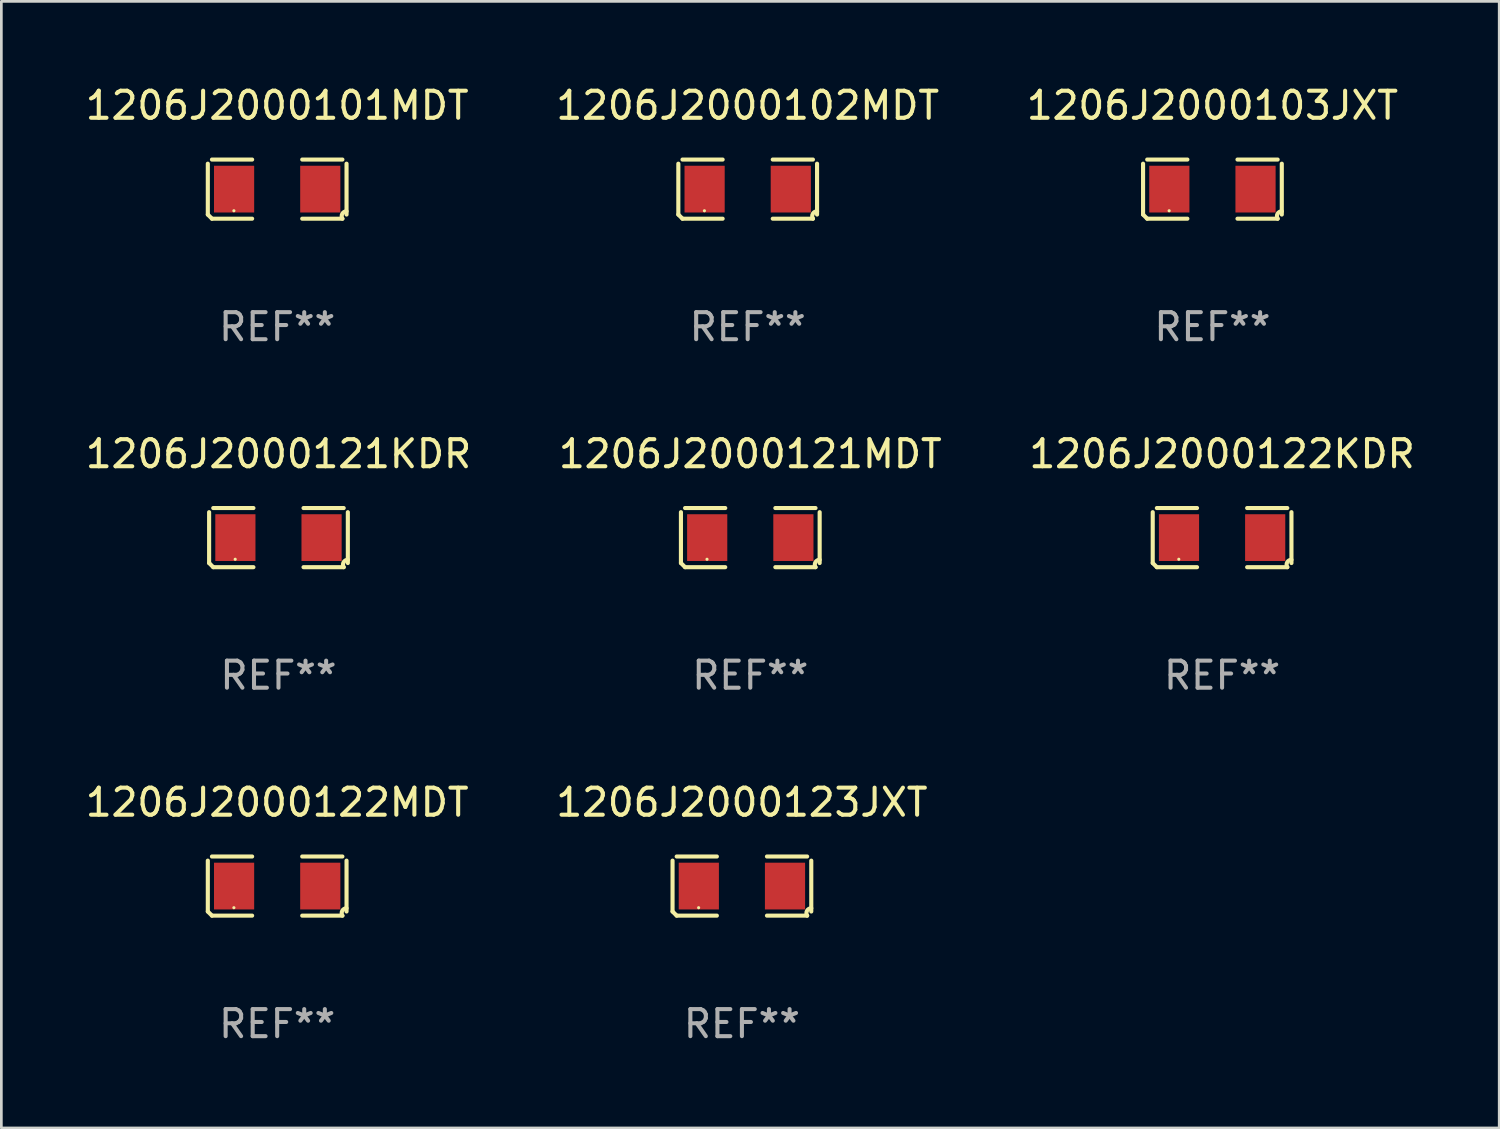
<source format=kicad_pcb>
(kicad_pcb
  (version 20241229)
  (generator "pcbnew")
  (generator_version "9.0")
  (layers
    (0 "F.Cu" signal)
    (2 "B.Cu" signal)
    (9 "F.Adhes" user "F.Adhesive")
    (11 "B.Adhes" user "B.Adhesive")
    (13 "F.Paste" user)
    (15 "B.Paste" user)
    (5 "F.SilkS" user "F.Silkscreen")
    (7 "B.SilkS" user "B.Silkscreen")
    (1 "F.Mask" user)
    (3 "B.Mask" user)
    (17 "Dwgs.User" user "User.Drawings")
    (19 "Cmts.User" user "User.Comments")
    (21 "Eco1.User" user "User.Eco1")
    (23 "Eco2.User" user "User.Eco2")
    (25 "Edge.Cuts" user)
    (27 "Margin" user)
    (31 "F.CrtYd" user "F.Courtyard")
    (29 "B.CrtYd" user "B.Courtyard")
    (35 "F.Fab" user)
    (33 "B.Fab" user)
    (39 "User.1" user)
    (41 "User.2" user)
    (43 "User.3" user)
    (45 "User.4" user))
  (footprint "1206J2000122MDT"
    (layer "F.Cu")
    (at 7.196 29.704)
    (property "Reference" "1206J2000122MDT" (at 0 -3.093 0) (layer "F.SilkS") (effects (font (size 1 1) (thickness 0.15))))
    (attr through_hole)
    (fp_line (start -2.564 0.94) (end -2.564 -0.94) (stroke (width 0.152) (type solid)) (layer "F.SilkS"))
    (fp_line (start -2.411 -1.093) (end -0.926 -1.093) (stroke (width 0.152) (type solid)) (layer "F.SilkS"))
    (fp_line (start -0.926 1.093) (end -2.411 1.093) (stroke (width 0.152) (type solid)) (layer "F.SilkS"))
    (fp_line (start 0.926 1.093) (end 2.411 1.093) (stroke (width 0.152) (type solid)) (layer "F.SilkS"))
    (fp_line (start 2.411 -1.093) (end 0.926 -1.093) (stroke (width 0.152) (type solid)) (layer "F.SilkS"))
    (fp_line (start 2.564 0.94) (end 2.564 -0.94) (stroke (width 0.152) (type solid)) (layer "F.SilkS"))
    (fp_arc (start -2.411201 1.092609) (mid -2.487413 1.01642) (end -2.563602 0.940208) (stroke (width 0.1524) (type solid)) (layer "F.SilkS"))
    (fp_arc (start 2.411201 1.092609) (mid 2.407159 0.911226) (end 2.563602 0.819347) (stroke (width 0.1524) (type solid)) (layer "F.SilkS"))
    (fp_circle (center -1.6 0.8) (end -1.57 0.8) (stroke (width 0.06) (type solid)) (fill no) (layer "F.SilkS"))
    (fp_text user "REF**" (at 0 5.093 0) (layer "F.Fab") (effects (font (size 1 1) (thickness 0.15))))
    (pad "1" smd rect (at -1.593 0) (size 1.485 1.728) (layers "F.Cu" "F.Mask" "F.Paste"))
    (pad "2" smd rect (at 1.593 0) (size 1.485 1.728) (layers "F.Cu" "F.Mask" "F.Paste")))
  (footprint "1206J2000102MDT"
    (layer "F.Cu")
    (at 24.589 3.941)
    (property "Reference" "1206J2000102MDT" (at 0 -3.093 0) (layer "F.SilkS") (effects (font (size 1 1) (thickness 0.15))))
    (attr through_hole)
    (fp_line (start -2.564 0.94) (end -2.564 -0.94) (stroke (width 0.152) (type solid)) (layer "F.SilkS"))
    (fp_line (start -2.411 -1.093) (end -0.926 -1.093) (stroke (width 0.152) (type solid)) (layer "F.SilkS"))
    (fp_line (start -0.926 1.093) (end -2.411 1.093) (stroke (width 0.152) (type solid)) (layer "F.SilkS"))
    (fp_line (start 0.926 1.093) (end 2.411 1.093) (stroke (width 0.152) (type solid)) (layer "F.SilkS"))
    (fp_line (start 2.411 -1.093) (end 0.926 -1.093) (stroke (width 0.152) (type solid)) (layer "F.SilkS"))
    (fp_line (start 2.564 0.94) (end 2.564 -0.94) (stroke (width 0.152) (type solid)) (layer "F.SilkS"))
    (fp_arc (start -2.411201 1.092609) (mid -2.487413 1.01642) (end -2.563602 0.940208) (stroke (width 0.1524) (type solid)) (layer "F.SilkS"))
    (fp_arc (start 2.411201 1.092609) (mid 2.407159 0.911226) (end 2.563602 0.819347) (stroke (width 0.1524) (type solid)) (layer "F.SilkS"))
    (fp_circle (center -1.6 0.8) (end -1.57 0.8) (stroke (width 0.06) (type solid)) (fill no) (layer "F.SilkS"))
    (fp_text user "REF**" (at 0 5.093 0) (layer "F.Fab") (effects (font (size 1 1) (thickness 0.15))))
    (pad "1" smd rect (at -1.593 0) (size 1.485 1.728) (layers "F.Cu" "F.Mask" "F.Paste"))
    (pad "2" smd rect (at 1.593 0) (size 1.485 1.728) (layers "F.Cu" "F.Mask" "F.Paste")))
  (footprint "1206J2000121KDR"
    (layer "F.Cu")
    (at 7.244 16.823)
    (property "Reference" "1206J2000121KDR" (at 0 -3.093 0) (layer "F.SilkS") (effects (font (size 1 1) (thickness 0.15))))
    (attr through_hole)
    (fp_line (start -2.564 0.94) (end -2.564 -0.94) (stroke (width 0.152) (type solid)) (layer "F.SilkS"))
    (fp_line (start -2.411 -1.093) (end -0.926 -1.093) (stroke (width 0.152) (type solid)) (layer "F.SilkS"))
    (fp_line (start -0.926 1.093) (end -2.411 1.093) (stroke (width 0.152) (type solid)) (layer "F.SilkS"))
    (fp_line (start 0.926 1.093) (end 2.411 1.093) (stroke (width 0.152) (type solid)) (layer "F.SilkS"))
    (fp_line (start 2.411 -1.093) (end 0.926 -1.093) (stroke (width 0.152) (type solid)) (layer "F.SilkS"))
    (fp_line (start 2.564 0.94) (end 2.564 -0.94) (stroke (width 0.152) (type solid)) (layer "F.SilkS"))
    (fp_arc (start -2.411201 1.092609) (mid -2.487413 1.01642) (end -2.563602 0.940208) (stroke (width 0.1524) (type solid)) (layer "F.SilkS"))
    (fp_arc (start 2.411201 1.092609) (mid 2.407159 0.911226) (end 2.563602 0.819347) (stroke (width 0.1524) (type solid)) (layer "F.SilkS"))
    (fp_circle (center -1.6 0.8) (end -1.57 0.8) (stroke (width 0.06) (type solid)) (fill no) (layer "F.SilkS"))
    (fp_text user "REF**" (at 0 5.093 0) (layer "F.Fab") (effects (font (size 1 1) (thickness 0.15))))
    (pad "1" smd rect (at -1.593 0) (size 1.485 1.728) (layers "F.Cu" "F.Mask" "F.Paste"))
    (pad "2" smd rect (at 1.593 0) (size 1.485 1.728) (layers "F.Cu" "F.Mask" "F.Paste")))
  (footprint "1206J2000121MDT"
    (layer "F.Cu")
    (at 24.685 16.823)
    (property "Reference" "1206J2000121MDT" (at 0 -3.093 0) (layer "F.SilkS") (effects (font (size 1 1) (thickness 0.15))))
    (attr through_hole)
    (fp_line (start -2.564 0.94) (end -2.564 -0.94) (stroke (width 0.152) (type solid)) (layer "F.SilkS"))
    (fp_line (start -2.411 -1.093) (end -0.926 -1.093) (stroke (width 0.152) (type solid)) (layer "F.SilkS"))
    (fp_line (start -0.926 1.093) (end -2.411 1.093) (stroke (width 0.152) (type solid)) (layer "F.SilkS"))
    (fp_line (start 0.926 1.093) (end 2.411 1.093) (stroke (width 0.152) (type solid)) (layer "F.SilkS"))
    (fp_line (start 2.411 -1.093) (end 0.926 -1.093) (stroke (width 0.152) (type solid)) (layer "F.SilkS"))
    (fp_line (start 2.564 0.94) (end 2.564 -0.94) (stroke (width 0.152) (type solid)) (layer "F.SilkS"))
    (fp_arc (start -2.411201 1.092609) (mid -2.487413 1.01642) (end -2.563602 0.940208) (stroke (width 0.1524) (type solid)) (layer "F.SilkS"))
    (fp_arc (start 2.411201 1.092609) (mid 2.407159 0.911226) (end 2.563602 0.819347) (stroke (width 0.1524) (type solid)) (layer "F.SilkS"))
    (fp_circle (center -1.6 0.8) (end -1.57 0.8) (stroke (width 0.06) (type solid)) (fill no) (layer "F.SilkS"))
    (fp_text user "REF**" (at 0 5.093 0) (layer "F.Fab") (effects (font (size 1 1) (thickness 0.15))))
    (pad "1" smd rect (at -1.593 0) (size 1.485 1.728) (layers "F.Cu" "F.Mask" "F.Paste"))
    (pad "2" smd rect (at 1.593 0) (size 1.485 1.728) (layers "F.Cu" "F.Mask" "F.Paste")))
  (footprint "1206J2000101MDT"
    (layer "F.Cu")
    (at 7.196 3.941)
    (property "Reference" "1206J2000101MDT" (at 0 -3.093 0) (layer "F.SilkS") (effects (font (size 1 1) (thickness 0.15))))
    (attr through_hole)
    (fp_line (start -2.564 0.94) (end -2.564 -0.94) (stroke (width 0.152) (type solid)) (layer "F.SilkS"))
    (fp_line (start -2.411 -1.093) (end -0.926 -1.093) (stroke (width 0.152) (type solid)) (layer "F.SilkS"))
    (fp_line (start -0.926 1.093) (end -2.411 1.093) (stroke (width 0.152) (type solid)) (layer "F.SilkS"))
    (fp_line (start 0.926 1.093) (end 2.411 1.093) (stroke (width 0.152) (type solid)) (layer "F.SilkS"))
    (fp_line (start 2.411 -1.093) (end 0.926 -1.093) (stroke (width 0.152) (type solid)) (layer "F.SilkS"))
    (fp_line (start 2.564 0.94) (end 2.564 -0.94) (stroke (width 0.152) (type solid)) (layer "F.SilkS"))
    (fp_arc (start -2.411201 1.092609) (mid -2.487413 1.01642) (end -2.563602 0.940208) (stroke (width 0.1524) (type solid)) (layer "F.SilkS"))
    (fp_arc (start 2.411201 1.092609) (mid 2.407159 0.911226) (end 2.563602 0.819347) (stroke (width 0.1524) (type solid)) (layer "F.SilkS"))
    (fp_circle (center -1.6 0.8) (end -1.57 0.8) (stroke (width 0.06) (type solid)) (fill no) (layer "F.SilkS"))
    (fp_text user "REF**" (at 0 5.093 0) (layer "F.Fab") (effects (font (size 1 1) (thickness 0.15))))
    (pad "1" smd rect (at -1.593 0) (size 1.485 1.728) (layers "F.Cu" "F.Mask" "F.Paste"))
    (pad "2" smd rect (at 1.593 0) (size 1.485 1.728) (layers "F.Cu" "F.Mask" "F.Paste")))
  (footprint "1206J2000122KDR"
    (layer "F.Cu")
    (at 42.125 16.823)
    (property "Reference" "1206J2000122KDR" (at 0 -3.093 0) (layer "F.SilkS") (effects (font (size 1 1) (thickness 0.15))))
    (attr through_hole)
    (fp_line (start -2.564 0.94) (end -2.564 -0.94) (stroke (width 0.152) (type solid)) (layer "F.SilkS"))
    (fp_line (start -2.411 -1.093) (end -0.926 -1.093) (stroke (width 0.152) (type solid)) (layer "F.SilkS"))
    (fp_line (start -0.926 1.093) (end -2.411 1.093) (stroke (width 0.152) (type solid)) (layer "F.SilkS"))
    (fp_line (start 0.926 1.093) (end 2.411 1.093) (stroke (width 0.152) (type solid)) (layer "F.SilkS"))
    (fp_line (start 2.411 -1.093) (end 0.926 -1.093) (stroke (width 0.152) (type solid)) (layer "F.SilkS"))
    (fp_line (start 2.564 0.94) (end 2.564 -0.94) (stroke (width 0.152) (type solid)) (layer "F.SilkS"))
    (fp_arc (start -2.411201 1.092609) (mid -2.487413 1.01642) (end -2.563602 0.940208) (stroke (width 0.1524) (type solid)) (layer "F.SilkS"))
    (fp_arc (start 2.411201 1.092609) (mid 2.407159 0.911226) (end 2.563602 0.819347) (stroke (width 0.1524) (type solid)) (layer "F.SilkS"))
    (fp_circle (center -1.6 0.8) (end -1.57 0.8) (stroke (width 0.06) (type solid)) (fill no) (layer "F.SilkS"))
    (fp_text user "REF**" (at 0 5.093 0) (layer "F.Fab") (effects (font (size 1 1) (thickness 0.15))))
    (pad "1" smd rect (at -1.593 0) (size 1.485 1.728) (layers "F.Cu" "F.Mask" "F.Paste"))
    (pad "2" smd rect (at 1.593 0) (size 1.485 1.728) (layers "F.Cu" "F.Mask" "F.Paste")))
  (footprint "1206J2000103JXT"
    (layer "F.Cu")
    (at 41.768 3.941)
    (property "Reference" "1206J2000103JXT" (at 0 -3.093 0) (layer "F.SilkS") (effects (font (size 1 1) (thickness 0.15))))
    (attr through_hole)
    (fp_line (start -2.564 0.94) (end -2.564 -0.94) (stroke (width 0.152) (type solid)) (layer "F.SilkS"))
    (fp_line (start -2.411 -1.093) (end -0.926 -1.093) (stroke (width 0.152) (type solid)) (layer "F.SilkS"))
    (fp_line (start -0.926 1.093) (end -2.411 1.093) (stroke (width 0.152) (type solid)) (layer "F.SilkS"))
    (fp_line (start 0.926 1.093) (end 2.411 1.093) (stroke (width 0.152) (type solid)) (layer "F.SilkS"))
    (fp_line (start 2.411 -1.093) (end 0.926 -1.093) (stroke (width 0.152) (type solid)) (layer "F.SilkS"))
    (fp_line (start 2.564 0.94) (end 2.564 -0.94) (stroke (width 0.152) (type solid)) (layer "F.SilkS"))
    (fp_arc (start -2.411201 1.092609) (mid -2.487413 1.01642) (end -2.563602 0.940208) (stroke (width 0.1524) (type solid)) (layer "F.SilkS"))
    (fp_arc (start 2.411201 1.092609) (mid 2.407159 0.911226) (end 2.563602 0.819347) (stroke (width 0.1524) (type solid)) (layer "F.SilkS"))
    (fp_circle (center -1.6 0.8) (end -1.57 0.8) (stroke (width 0.06) (type solid)) (fill no) (layer "F.SilkS"))
    (fp_text user "REF**" (at 0 5.093 0) (layer "F.Fab") (effects (font (size 1 1) (thickness 0.15))))
    (pad "1" smd rect (at -1.593 0) (size 1.485 1.728) (layers "F.Cu" "F.Mask" "F.Paste"))
    (pad "2" smd rect (at 1.593 0) (size 1.485 1.728) (layers "F.Cu" "F.Mask" "F.Paste")))
  (footprint "1206J2000123JXT"
    (layer "F.Cu")
    (at 24.375 29.704)
    (property "Reference" "1206J2000123JXT" (at 0 -3.093 0) (layer "F.SilkS") (effects (font (size 1 1) (thickness 0.15))))
    (attr through_hole)
    (fp_line (start -2.564 0.94) (end -2.564 -0.94) (stroke (width 0.152) (type solid)) (layer "F.SilkS"))
    (fp_line (start -2.411 -1.093) (end -0.926 -1.093) (stroke (width 0.152) (type solid)) (layer "F.SilkS"))
    (fp_line (start -0.926 1.093) (end -2.411 1.093) (stroke (width 0.152) (type solid)) (layer "F.SilkS"))
    (fp_line (start 0.926 1.093) (end 2.411 1.093) (stroke (width 0.152) (type solid)) (layer "F.SilkS"))
    (fp_line (start 2.411 -1.093) (end 0.926 -1.093) (stroke (width 0.152) (type solid)) (layer "F.SilkS"))
    (fp_line (start 2.564 0.94) (end 2.564 -0.94) (stroke (width 0.152) (type solid)) (layer "F.SilkS"))
    (fp_arc (start -2.411201 1.092609) (mid -2.487413 1.01642) (end -2.563602 0.940208) (stroke (width 0.1524) (type solid)) (layer "F.SilkS"))
    (fp_arc (start 2.411201 1.092609) (mid 2.407159 0.911226) (end 2.563602 0.819347) (stroke (width 0.1524) (type solid)) (layer "F.SilkS"))
    (fp_circle (center -1.6 0.8) (end -1.57 0.8) (stroke (width 0.06) (type solid)) (fill no) (layer "F.SilkS"))
    (fp_text user "REF**" (at 0 5.093 0) (layer "F.Fab") (effects (font (size 1 1) (thickness 0.15))))
    (pad "1" smd rect (at -1.593 0) (size 1.485 1.728) (layers "F.Cu" "F.Mask" "F.Paste"))
    (pad "2" smd rect (at 1.593 0) (size 1.485 1.728) (layers "F.Cu" "F.Mask" "F.Paste")))
  (gr_rect
    (start -3 -3)
    (end 52.369 38.645)
    (stroke (width 0.1) (type default))
    (fill no)
    (layer "Edge.Cuts")))
</source>
